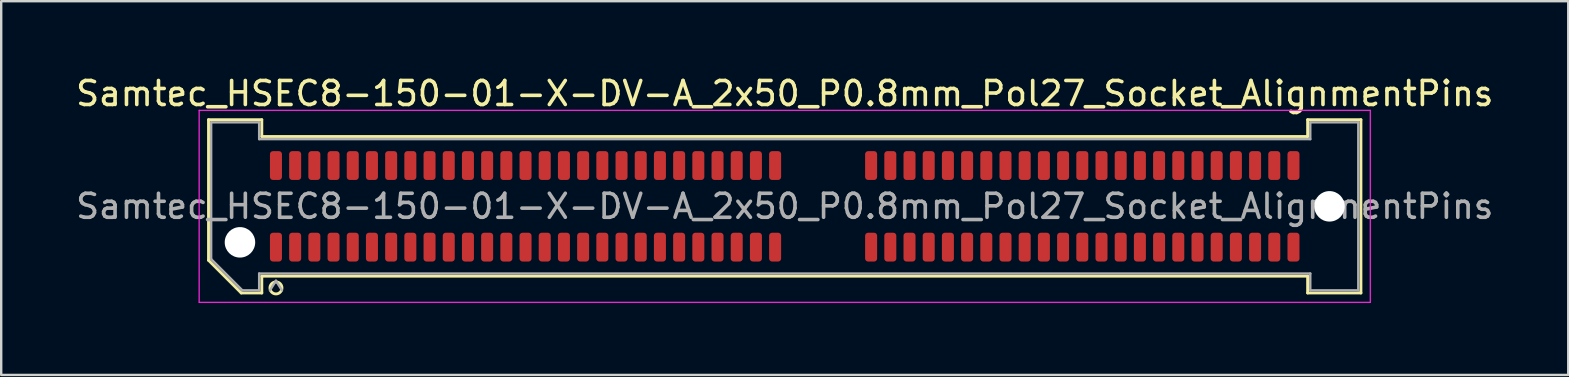
<source format=kicad_pcb>
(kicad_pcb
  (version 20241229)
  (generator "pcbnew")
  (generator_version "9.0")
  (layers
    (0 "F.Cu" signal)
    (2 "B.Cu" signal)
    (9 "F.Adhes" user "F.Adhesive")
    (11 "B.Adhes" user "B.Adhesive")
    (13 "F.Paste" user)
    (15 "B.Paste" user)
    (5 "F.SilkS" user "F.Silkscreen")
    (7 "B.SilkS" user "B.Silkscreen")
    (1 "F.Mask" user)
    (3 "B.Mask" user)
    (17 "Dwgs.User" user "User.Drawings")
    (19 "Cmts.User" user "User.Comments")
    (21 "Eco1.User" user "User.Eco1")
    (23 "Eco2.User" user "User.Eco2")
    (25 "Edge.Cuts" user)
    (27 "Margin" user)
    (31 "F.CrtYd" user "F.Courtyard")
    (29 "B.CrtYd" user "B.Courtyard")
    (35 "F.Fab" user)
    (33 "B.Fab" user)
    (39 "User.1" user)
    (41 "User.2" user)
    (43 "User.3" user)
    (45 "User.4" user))
  (footprint "Samtec_HSEC8-150-01-X-DV-A_2x50_P0.8mm_Pol27_Socket_AlignmentPins"
    (layer "F.Cu")
    (at 29.649 5.548)
    (property "Reference" "Samtec_HSEC8-150-01-X-DV-A_2x50_P0.8mm_Pol27_Socket_AlignmentPins" (at 0 -4.7 0) (layer "F.SilkS") (effects (font (size 1 1) (thickness 0.15))))
    (attr smd)
    (fp_line (start -24.01 -3.61) (end -21.79 -3.61) (stroke (width 0.12) (type solid)) (layer "F.SilkS"))
    (fp_line (start -24.01 2.246) (end -24.01 -3.61) (stroke (width 0.12) (type solid)) (layer "F.SilkS"))
    (fp_line (start -22.646 3.61) (end -24.01 2.246) (stroke (width 0.12) (type solid)) (layer "F.SilkS"))
    (fp_line (start -21.79 -3.61) (end -21.79 -2.91) (stroke (width 0.12) (type solid)) (layer "F.SilkS"))
    (fp_line (start -21.79 -2.91) (end 21.79 -2.91) (stroke (width 0.12) (type solid)) (layer "F.SilkS"))
    (fp_line (start -21.79 2.91) (end -21.79 3.61) (stroke (width 0.12) (type solid)) (layer "F.SilkS"))
    (fp_line (start -21.79 3.61) (end -22.646 3.61) (stroke (width 0.12) (type solid)) (layer "F.SilkS"))
    (fp_line (start 21.79 -3.61) (end 24.01 -3.61) (stroke (width 0.12) (type solid)) (layer "F.SilkS"))
    (fp_line (start 21.79 -2.91) (end 21.79 -3.61) (stroke (width 0.12) (type solid)) (layer "F.SilkS"))
    (fp_line (start 21.79 2.91) (end -21.79 2.91) (stroke (width 0.12) (type solid)) (layer "F.SilkS"))
    (fp_line (start 21.79 3.61) (end 21.79 2.91) (stroke (width 0.12) (type solid)) (layer "F.SilkS"))
    (fp_line (start 24.01 -3.61) (end 24.01 3.61) (stroke (width 0.12) (type solid)) (layer "F.SilkS"))
    (fp_line (start 24.01 3.61) (end 21.79 3.61) (stroke (width 0.12) (type solid)) (layer "F.SilkS"))
    (fp_arc (start -20.95 3.4) (mid -21.45 3.4) (end -20.95 3.4) (stroke (width 0.12) (type solid)) (layer "F.SilkS"))
    (fp_line (start -24.4 -4) (end -24.4 4) (stroke (width 0.05) (type solid)) (layer "F.CrtYd"))
    (fp_line (start -24.4 4) (end 24.4 4) (stroke (width 0.05) (type solid)) (layer "F.CrtYd"))
    (fp_line (start 24.4 -4) (end -24.4 -4) (stroke (width 0.05) (type solid)) (layer "F.CrtYd"))
    (fp_line (start 24.4 4) (end 24.4 -4) (stroke (width 0.05) (type solid)) (layer "F.CrtYd"))
    (fp_line (start -23.9 -3.5) (end -21.9 -3.5) (stroke (width 0.1) (type solid)) (layer "F.Fab"))
    (fp_line (start -23.9 2.2) (end -23.9 -3.5) (stroke (width 0.1) (type solid)) (layer "F.Fab"))
    (fp_line (start -22.6 3.5) (end -23.9 2.2) (stroke (width 0.1) (type solid)) (layer "F.Fab"))
    (fp_line (start -21.9 -3.5) (end -21.9 -2.8) (stroke (width 0.1) (type solid)) (layer "F.Fab"))
    (fp_line (start -21.9 -2.8) (end 21.9 -2.8) (stroke (width 0.1) (type solid)) (layer "F.Fab"))
    (fp_line (start -21.9 2.8) (end -21.9 3.5) (stroke (width 0.1) (type solid)) (layer "F.Fab"))
    (fp_line (start -21.9 3.5) (end -22.6 3.5) (stroke (width 0.1) (type solid)) (layer "F.Fab"))
    (fp_line (start -21.2 3.1) (end -21.45 3.5) (stroke (width 0.1) (type solid)) (layer "F.Fab"))
    (fp_line (start -21.2 3.1) (end -20.95 3.5) (stroke (width 0.1) (type solid)) (layer "F.Fab"))
    (fp_line (start 21.9 -3.5) (end 23.9 -3.5) (stroke (width 0.1) (type solid)) (layer "F.Fab"))
    (fp_line (start 21.9 -2.8) (end 21.9 -3.5) (stroke (width 0.1) (type solid)) (layer "F.Fab"))
    (fp_line (start 21.9 2.8) (end -21.9 2.8) (stroke (width 0.1) (type solid)) (layer "F.Fab"))
    (fp_line (start 21.9 3.5) (end 21.9 2.8) (stroke (width 0.1) (type solid)) (layer "F.Fab"))
    (fp_line (start 23.9 -3.5) (end 23.9 3.5) (stroke (width 0.1) (type solid)) (layer "F.Fab"))
    (fp_line (start 23.9 3.5) (end 21.9 3.5) (stroke (width 0.1) (type solid)) (layer "F.Fab"))
    (fp_text user "${REFERENCE}" (at 0 0 0) (layer "F.Fab") (effects (font (size 1 1) (thickness 0.15))))
    (pad "" np_thru_hole circle (at -22.7 1.5) (size 1.27 1.27) (drill 1.27) (layers "*.Cu" "*.Mask"))
    (pad "" np_thru_hole circle (at 22.7 0) (size 1.27 1.27) (drill 1.27) (layers "*.Cu" "*.Mask"))
    (pad "1" smd roundrect (at -21.2 1.7) (size 0.5 1.2) (layers "F.Cu" "F.Mask" "F.Paste") (roundrect_rratio 0.25))
    (pad "2" smd roundrect (at -21.2 -1.7) (size 0.5 1.2) (layers "F.Cu" "F.Mask" "F.Paste") (roundrect_rratio 0.25))
    (pad "3" smd roundrect (at -20.4 1.7) (size 0.5 1.2) (layers "F.Cu" "F.Mask" "F.Paste") (roundrect_rratio 0.25))
    (pad "4" smd roundrect (at -20.4 -1.7) (size 0.5 1.2) (layers "F.Cu" "F.Mask" "F.Paste") (roundrect_rratio 0.25))
    (pad "5" smd roundrect (at -19.6 1.7) (size 0.5 1.2) (layers "F.Cu" "F.Mask" "F.Paste") (roundrect_rratio 0.25))
    (pad "6" smd roundrect (at -19.6 -1.7) (size 0.5 1.2) (layers "F.Cu" "F.Mask" "F.Paste") (roundrect_rratio 0.25))
    (pad "7" smd roundrect (at -18.8 1.7) (size 0.5 1.2) (layers "F.Cu" "F.Mask" "F.Paste") (roundrect_rratio 0.25))
    (pad "8" smd roundrect (at -18.8 -1.7) (size 0.5 1.2) (layers "F.Cu" "F.Mask" "F.Paste") (roundrect_rratio 0.25))
    (pad "9" smd roundrect (at -18 1.7) (size 0.5 1.2) (layers "F.Cu" "F.Mask" "F.Paste") (roundrect_rratio 0.25))
    (pad "10" smd roundrect (at -18 -1.7) (size 0.5 1.2) (layers "F.Cu" "F.Mask" "F.Paste") (roundrect_rratio 0.25))
    (pad "11" smd roundrect (at -17.2 1.7) (size 0.5 1.2) (layers "F.Cu" "F.Mask" "F.Paste") (roundrect_rratio 0.25))
    (pad "12" smd roundrect (at -17.2 -1.7) (size 0.5 1.2) (layers "F.Cu" "F.Mask" "F.Paste") (roundrect_rratio 0.25))
    (pad "13" smd roundrect (at -16.4 1.7) (size 0.5 1.2) (layers "F.Cu" "F.Mask" "F.Paste") (roundrect_rratio 0.25))
    (pad "14" smd roundrect (at -16.4 -1.7) (size 0.5 1.2) (layers "F.Cu" "F.Mask" "F.Paste") (roundrect_rratio 0.25))
    (pad "15" smd roundrect (at -15.6 1.7) (size 0.5 1.2) (layers "F.Cu" "F.Mask" "F.Paste") (roundrect_rratio 0.25))
    (pad "16" smd roundrect (at -15.6 -1.7) (size 0.5 1.2) (layers "F.Cu" "F.Mask" "F.Paste") (roundrect_rratio 0.25))
    (pad "17" smd roundrect (at -14.8 1.7) (size 0.5 1.2) (layers "F.Cu" "F.Mask" "F.Paste") (roundrect_rratio 0.25))
    (pad "18" smd roundrect (at -14.8 -1.7) (size 0.5 1.2) (layers "F.Cu" "F.Mask" "F.Paste") (roundrect_rratio 0.25))
    (pad "19" smd roundrect (at -14 1.7) (size 0.5 1.2) (layers "F.Cu" "F.Mask" "F.Paste") (roundrect_rratio 0.25))
    (pad "20" smd roundrect (at -14 -1.7) (size 0.5 1.2) (layers "F.Cu" "F.Mask" "F.Paste") (roundrect_rratio 0.25))
    (pad "21" smd roundrect (at -13.2 1.7) (size 0.5 1.2) (layers "F.Cu" "F.Mask" "F.Paste") (roundrect_rratio 0.25))
    (pad "22" smd roundrect (at -13.2 -1.7) (size 0.5 1.2) (layers "F.Cu" "F.Mask" "F.Paste") (roundrect_rratio 0.25))
    (pad "23" smd roundrect (at -12.4 1.7) (size 0.5 1.2) (layers "F.Cu" "F.Mask" "F.Paste") (roundrect_rratio 0.25))
    (pad "24" smd roundrect (at -12.4 -1.7) (size 0.5 1.2) (layers "F.Cu" "F.Mask" "F.Paste") (roundrect_rratio 0.25))
    (pad "25" smd roundrect (at -11.6 1.7) (size 0.5 1.2) (layers "F.Cu" "F.Mask" "F.Paste") (roundrect_rratio 0.25))
    (pad "26" smd roundrect (at -11.6 -1.7) (size 0.5 1.2) (layers "F.Cu" "F.Mask" "F.Paste") (roundrect_rratio 0.25))
    (pad "27" smd roundrect (at -10.8 1.7) (size 0.5 1.2) (layers "F.Cu" "F.Mask" "F.Paste") (roundrect_rratio 0.25))
    (pad "28" smd roundrect (at -10.8 -1.7) (size 0.5 1.2) (layers "F.Cu" "F.Mask" "F.Paste") (roundrect_rratio 0.25))
    (pad "29" smd roundrect (at -10 1.7) (size 0.5 1.2) (layers "F.Cu" "F.Mask" "F.Paste") (roundrect_rratio 0.25))
    (pad "30" smd roundrect (at -10 -1.7) (size 0.5 1.2) (layers "F.Cu" "F.Mask" "F.Paste") (roundrect_rratio 0.25))
    (pad "31" smd roundrect (at -9.2 1.7) (size 0.5 1.2) (layers "F.Cu" "F.Mask" "F.Paste") (roundrect_rratio 0.25))
    (pad "32" smd roundrect (at -9.2 -1.7) (size 0.5 1.2) (layers "F.Cu" "F.Mask" "F.Paste") (roundrect_rratio 0.25))
    (pad "33" smd roundrect (at -8.4 1.7) (size 0.5 1.2) (layers "F.Cu" "F.Mask" "F.Paste") (roundrect_rratio 0.25))
    (pad "34" smd roundrect (at -8.4 -1.7) (size 0.5 1.2) (layers "F.Cu" "F.Mask" "F.Paste") (roundrect_rratio 0.25))
    (pad "35" smd roundrect (at -7.6 1.7) (size 0.5 1.2) (layers "F.Cu" "F.Mask" "F.Paste") (roundrect_rratio 0.25))
    (pad "36" smd roundrect (at -7.6 -1.7) (size 0.5 1.2) (layers "F.Cu" "F.Mask" "F.Paste") (roundrect_rratio 0.25))
    (pad "37" smd roundrect (at -6.8 1.7) (size 0.5 1.2) (layers "F.Cu" "F.Mask" "F.Paste") (roundrect_rratio 0.25))
    (pad "38" smd roundrect (at -6.8 -1.7) (size 0.5 1.2) (layers "F.Cu" "F.Mask" "F.Paste") (roundrect_rratio 0.25))
    (pad "39" smd roundrect (at -6 1.7) (size 0.5 1.2) (layers "F.Cu" "F.Mask" "F.Paste") (roundrect_rratio 0.25))
    (pad "40" smd roundrect (at -6 -1.7) (size 0.5 1.2) (layers "F.Cu" "F.Mask" "F.Paste") (roundrect_rratio 0.25))
    (pad "41" smd roundrect (at -5.2 1.7) (size 0.5 1.2) (layers "F.Cu" "F.Mask" "F.Paste") (roundrect_rratio 0.25))
    (pad "42" smd roundrect (at -5.2 -1.7) (size 0.5 1.2) (layers "F.Cu" "F.Mask" "F.Paste") (roundrect_rratio 0.25))
    (pad "43" smd roundrect (at -4.4 1.7) (size 0.5 1.2) (layers "F.Cu" "F.Mask" "F.Paste") (roundrect_rratio 0.25))
    (pad "44" smd roundrect (at -4.4 -1.7) (size 0.5 1.2) (layers "F.Cu" "F.Mask" "F.Paste") (roundrect_rratio 0.25))
    (pad "45" smd roundrect (at -3.6 1.7) (size 0.5 1.2) (layers "F.Cu" "F.Mask" "F.Paste") (roundrect_rratio 0.25))
    (pad "46" smd roundrect (at -3.6 -1.7) (size 0.5 1.2) (layers "F.Cu" "F.Mask" "F.Paste") (roundrect_rratio 0.25))
    (pad "47" smd roundrect (at -2.8 1.7) (size 0.5 1.2) (layers "F.Cu" "F.Mask" "F.Paste") (roundrect_rratio 0.25))
    (pad "48" smd roundrect (at -2.8 -1.7) (size 0.5 1.2) (layers "F.Cu" "F.Mask" "F.Paste") (roundrect_rratio 0.25))
    (pad "49" smd roundrect (at -2 1.7) (size 0.5 1.2) (layers "F.Cu" "F.Mask" "F.Paste") (roundrect_rratio 0.25))
    (pad "50" smd roundrect (at -2 -1.7) (size 0.5 1.2) (layers "F.Cu" "F.Mask" "F.Paste") (roundrect_rratio 0.25))
    (pad "51" smd roundrect (at -1.2 1.7) (size 0.5 1.2) (layers "F.Cu" "F.Mask" "F.Paste") (roundrect_rratio 0.25))
    (pad "52" smd roundrect (at -1.2 -1.7) (size 0.5 1.2) (layers "F.Cu" "F.Mask" "F.Paste") (roundrect_rratio 0.25))
    (pad "53" smd roundrect (at -0.4 1.7) (size 0.5 1.2) (layers "F.Cu" "F.Mask" "F.Paste") (roundrect_rratio 0.25))
    (pad "54" smd roundrect (at -0.4 -1.7) (size 0.5 1.2) (layers "F.Cu" "F.Mask" "F.Paste") (roundrect_rratio 0.25))
    (pad "55" smd roundrect (at 3.6 1.7) (size 0.5 1.2) (layers "F.Cu" "F.Mask" "F.Paste") (roundrect_rratio 0.25))
    (pad "56" smd roundrect (at 3.6 -1.7) (size 0.5 1.2) (layers "F.Cu" "F.Mask" "F.Paste") (roundrect_rratio 0.25))
    (pad "57" smd roundrect (at 4.4 1.7) (size 0.5 1.2) (layers "F.Cu" "F.Mask" "F.Paste") (roundrect_rratio 0.25))
    (pad "58" smd roundrect (at 4.4 -1.7) (size 0.5 1.2) (layers "F.Cu" "F.Mask" "F.Paste") (roundrect_rratio 0.25))
    (pad "59" smd roundrect (at 5.2 1.7) (size 0.5 1.2) (layers "F.Cu" "F.Mask" "F.Paste") (roundrect_rratio 0.25))
    (pad "60" smd roundrect (at 5.2 -1.7) (size 0.5 1.2) (layers "F.Cu" "F.Mask" "F.Paste") (roundrect_rratio 0.25))
    (pad "61" smd roundrect (at 6 1.7) (size 0.5 1.2) (layers "F.Cu" "F.Mask" "F.Paste") (roundrect_rratio 0.25))
    (pad "62" smd roundrect (at 6 -1.7) (size 0.5 1.2) (layers "F.Cu" "F.Mask" "F.Paste") (roundrect_rratio 0.25))
    (pad "63" smd roundrect (at 6.8 1.7) (size 0.5 1.2) (layers "F.Cu" "F.Mask" "F.Paste") (roundrect_rratio 0.25))
    (pad "64" smd roundrect (at 6.8 -1.7) (size 0.5 1.2) (layers "F.Cu" "F.Mask" "F.Paste") (roundrect_rratio 0.25))
    (pad "65" smd roundrect (at 7.6 1.7) (size 0.5 1.2) (layers "F.Cu" "F.Mask" "F.Paste") (roundrect_rratio 0.25))
    (pad "66" smd roundrect (at 7.6 -1.7) (size 0.5 1.2) (layers "F.Cu" "F.Mask" "F.Paste") (roundrect_rratio 0.25))
    (pad "67" smd roundrect (at 8.4 1.7) (size 0.5 1.2) (layers "F.Cu" "F.Mask" "F.Paste") (roundrect_rratio 0.25))
    (pad "68" smd roundrect (at 8.4 -1.7) (size 0.5 1.2) (layers "F.Cu" "F.Mask" "F.Paste") (roundrect_rratio 0.25))
    (pad "69" smd roundrect (at 9.2 1.7) (size 0.5 1.2) (layers "F.Cu" "F.Mask" "F.Paste") (roundrect_rratio 0.25))
    (pad "70" smd roundrect (at 9.2 -1.7) (size 0.5 1.2) (layers "F.Cu" "F.Mask" "F.Paste") (roundrect_rratio 0.25))
    (pad "71" smd roundrect (at 10 1.7) (size 0.5 1.2) (layers "F.Cu" "F.Mask" "F.Paste") (roundrect_rratio 0.25))
    (pad "72" smd roundrect (at 10 -1.7) (size 0.5 1.2) (layers "F.Cu" "F.Mask" "F.Paste") (roundrect_rratio 0.25))
    (pad "73" smd roundrect (at 10.8 1.7) (size 0.5 1.2) (layers "F.Cu" "F.Mask" "F.Paste") (roundrect_rratio 0.25))
    (pad "74" smd roundrect (at 10.8 -1.7) (size 0.5 1.2) (layers "F.Cu" "F.Mask" "F.Paste") (roundrect_rratio 0.25))
    (pad "75" smd roundrect (at 11.6 1.7) (size 0.5 1.2) (layers "F.Cu" "F.Mask" "F.Paste") (roundrect_rratio 0.25))
    (pad "76" smd roundrect (at 11.6 -1.7) (size 0.5 1.2) (layers "F.Cu" "F.Mask" "F.Paste") (roundrect_rratio 0.25))
    (pad "77" smd roundrect (at 12.4 1.7) (size 0.5 1.2) (layers "F.Cu" "F.Mask" "F.Paste") (roundrect_rratio 0.25))
    (pad "78" smd roundrect (at 12.4 -1.7) (size 0.5 1.2) (layers "F.Cu" "F.Mask" "F.Paste") (roundrect_rratio 0.25))
    (pad "79" smd roundrect (at 13.2 1.7) (size 0.5 1.2) (layers "F.Cu" "F.Mask" "F.Paste") (roundrect_rratio 0.25))
    (pad "80" smd roundrect (at 13.2 -1.7) (size 0.5 1.2) (layers "F.Cu" "F.Mask" "F.Paste") (roundrect_rratio 0.25))
    (pad "81" smd roundrect (at 14 1.7) (size 0.5 1.2) (layers "F.Cu" "F.Mask" "F.Paste") (roundrect_rratio 0.25))
    (pad "82" smd roundrect (at 14 -1.7) (size 0.5 1.2) (layers "F.Cu" "F.Mask" "F.Paste") (roundrect_rratio 0.25))
    (pad "83" smd roundrect (at 14.8 1.7) (size 0.5 1.2) (layers "F.Cu" "F.Mask" "F.Paste") (roundrect_rratio 0.25))
    (pad "84" smd roundrect (at 14.8 -1.7) (size 0.5 1.2) (layers "F.Cu" "F.Mask" "F.Paste") (roundrect_rratio 0.25))
    (pad "85" smd roundrect (at 15.6 1.7) (size 0.5 1.2) (layers "F.Cu" "F.Mask" "F.Paste") (roundrect_rratio 0.25))
    (pad "86" smd roundrect (at 15.6 -1.7) (size 0.5 1.2) (layers "F.Cu" "F.Mask" "F.Paste") (roundrect_rratio 0.25))
    (pad "87" smd roundrect (at 16.4 1.7) (size 0.5 1.2) (layers "F.Cu" "F.Mask" "F.Paste") (roundrect_rratio 0.25))
    (pad "88" smd roundrect (at 16.4 -1.7) (size 0.5 1.2) (layers "F.Cu" "F.Mask" "F.Paste") (roundrect_rratio 0.25))
    (pad "89" smd roundrect (at 17.2 1.7) (size 0.5 1.2) (layers "F.Cu" "F.Mask" "F.Paste") (roundrect_rratio 0.25))
    (pad "90" smd roundrect (at 17.2 -1.7) (size 0.5 1.2) (layers "F.Cu" "F.Mask" "F.Paste") (roundrect_rratio 0.25))
    (pad "91" smd roundrect (at 18 1.7) (size 0.5 1.2) (layers "F.Cu" "F.Mask" "F.Paste") (roundrect_rratio 0.25))
    (pad "92" smd roundrect (at 18 -1.7) (size 0.5 1.2) (layers "F.Cu" "F.Mask" "F.Paste") (roundrect_rratio 0.25))
    (pad "93" smd roundrect (at 18.8 1.7) (size 0.5 1.2) (layers "F.Cu" "F.Mask" "F.Paste") (roundrect_rratio 0.25))
    (pad "94" smd roundrect (at 18.8 -1.7) (size 0.5 1.2) (layers "F.Cu" "F.Mask" "F.Paste") (roundrect_rratio 0.25))
    (pad "95" smd roundrect (at 19.6 1.7) (size 0.5 1.2) (layers "F.Cu" "F.Mask" "F.Paste") (roundrect_rratio 0.25))
    (pad "96" smd roundrect (at 19.6 -1.7) (size 0.5 1.2) (layers "F.Cu" "F.Mask" "F.Paste") (roundrect_rratio 0.25))
    (pad "97" smd roundrect (at 20.4 1.7) (size 0.5 1.2) (layers "F.Cu" "F.Mask" "F.Paste") (roundrect_rratio 0.25))
    (pad "98" smd roundrect (at 20.4 -1.7) (size 0.5 1.2) (layers "F.Cu" "F.Mask" "F.Paste") (roundrect_rratio 0.25))
    (pad "99" smd roundrect (at 21.2 1.7) (size 0.5 1.2) (layers "F.Cu" "F.Mask" "F.Paste") (roundrect_rratio 0.25))
    (pad "100" smd roundrect (at 21.2 -1.7) (size 0.5 1.2) (layers "F.Cu" "F.Mask" "F.Paste") (roundrect_rratio 0.25)))
  (gr_rect
    (start -3 -3)
    (end 62.298 12.573)
    (stroke (width 0.1) (type default))
    (fill no)
    (layer "Edge.Cuts")))
</source>
